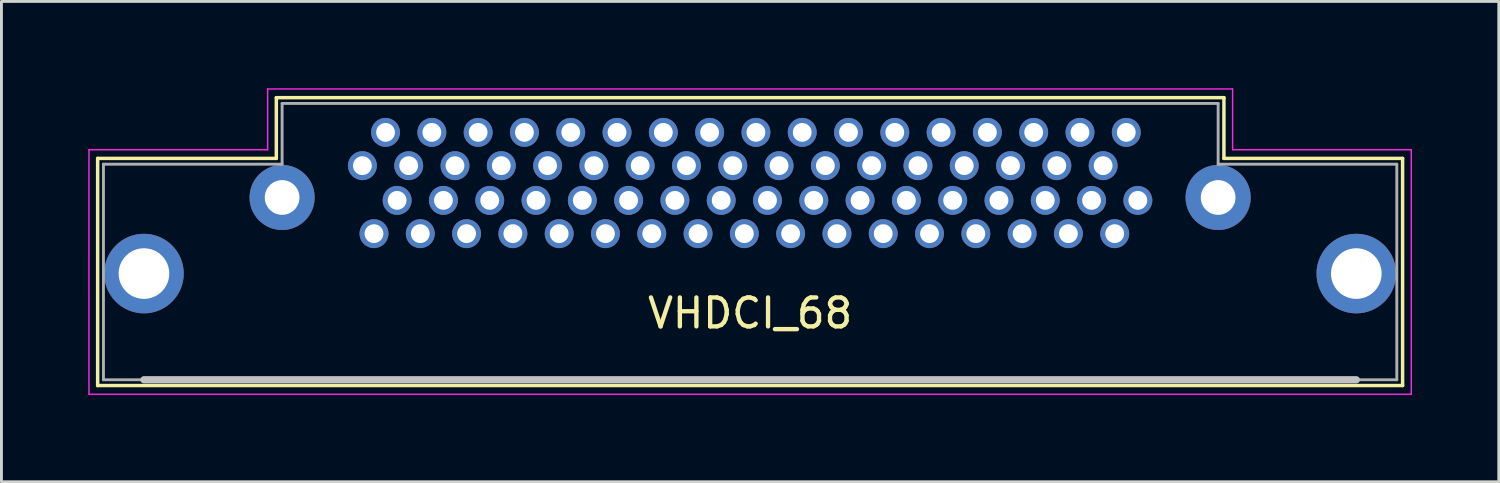
<source format=kicad_pcb>
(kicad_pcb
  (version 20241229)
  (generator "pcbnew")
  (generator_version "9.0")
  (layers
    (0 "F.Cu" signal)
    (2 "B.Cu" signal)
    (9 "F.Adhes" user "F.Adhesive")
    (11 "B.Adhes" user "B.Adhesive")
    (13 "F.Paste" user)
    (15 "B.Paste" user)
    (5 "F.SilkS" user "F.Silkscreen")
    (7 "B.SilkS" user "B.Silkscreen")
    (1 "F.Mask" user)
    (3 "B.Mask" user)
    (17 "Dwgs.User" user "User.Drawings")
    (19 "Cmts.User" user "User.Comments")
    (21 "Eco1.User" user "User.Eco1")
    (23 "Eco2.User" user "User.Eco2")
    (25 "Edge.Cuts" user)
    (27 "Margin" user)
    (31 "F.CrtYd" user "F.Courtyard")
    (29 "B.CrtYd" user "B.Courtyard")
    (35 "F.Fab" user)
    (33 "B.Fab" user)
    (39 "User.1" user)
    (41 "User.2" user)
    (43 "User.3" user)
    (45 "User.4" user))
  (footprint "VHDCI_68"
    (layer "F.Cu")
    (at 6.7 10.075)
    (property "Reference" "VHDCI_68" (at 16.175 -2.3 0) (layer "F.SilkS") (effects (font (size 1 1) (thickness 0.15))))
    (attr through_hole)
    (fp_line (start -6.375 -7.65) (end -6.375 0.2) (stroke (width 0.12) (type solid)) (layer "F.SilkS"))
    (fp_line (start -6.375 0.2) (end 38.725 0.2) (stroke (width 0.12) (type solid)) (layer "F.SilkS"))
    (fp_line (start -0.2 -9.75) (end -0.2 -7.65) (stroke (width 0.12) (type solid)) (layer "F.SilkS"))
    (fp_line (start -0.2 -7.65) (end -6.375 -7.65) (stroke (width 0.12) (type solid)) (layer "F.SilkS"))
    (fp_line (start 32.55 -9.75) (end -0.2 -9.75) (stroke (width 0.12) (type solid)) (layer "F.SilkS"))
    (fp_line (start 32.55 -7.65) (end 32.55 -9.75) (stroke (width 0.12) (type solid)) (layer "F.SilkS"))
    (fp_line (start 38.725 -7.65) (end 32.55 -7.65) (stroke (width 0.12) (type solid)) (layer "F.SilkS"))
    (fp_line (start 38.725 0.2) (end 38.725 -7.65) (stroke (width 0.12) (type solid)) (layer "F.SilkS"))
    (fp_line (start -4.775 0) (end 37.125 0) (stroke (width 0.25) (type solid)) (layer "Dwgs.User"))
    (fp_line (start -6.675 -7.95) (end -6.675 0.5) (stroke (width 0.05) (type solid)) (layer "F.CrtYd"))
    (fp_line (start -6.675 0.5) (end 39.025 0.5) (stroke (width 0.05) (type solid)) (layer "F.CrtYd"))
    (fp_line (start -0.5 -10.05) (end -0.5 -7.95) (stroke (width 0.05) (type solid)) (layer "F.CrtYd"))
    (fp_line (start -0.5 -7.95) (end -6.675 -7.95) (stroke (width 0.05) (type solid)) (layer "F.CrtYd"))
    (fp_line (start 32.85 -10.05) (end -0.5 -10.05) (stroke (width 0.05) (type solid)) (layer "F.CrtYd"))
    (fp_line (start 32.85 -7.95) (end 32.85 -10.05) (stroke (width 0.05) (type solid)) (layer "F.CrtYd"))
    (fp_line (start 39.025 -7.95) (end 32.85 -7.95) (stroke (width 0.05) (type solid)) (layer "F.CrtYd"))
    (fp_line (start 39.025 0.5) (end 39.025 -7.95) (stroke (width 0.05) (type solid)) (layer "F.CrtYd"))
    (fp_line (start -6.175 -7.45) (end -6.175 0) (stroke (width 0.1) (type solid)) (layer "F.Fab"))
    (fp_line (start -6.175 0) (end 38.525 0) (stroke (width 0.1) (type solid)) (layer "F.Fab"))
    (fp_line (start 0 -9.55) (end 0 -7.45) (stroke (width 0.1) (type solid)) (layer "F.Fab"))
    (fp_line (start 0 -7.45) (end -6.175 -7.45) (stroke (width 0.1) (type solid)) (layer "F.Fab"))
    (fp_line (start 32.35 -9.55) (end 0 -9.55) (stroke (width 0.1) (type solid)) (layer "F.Fab"))
    (fp_line (start 32.35 -7.45) (end 32.35 -9.55) (stroke (width 0.1) (type solid)) (layer "F.Fab"))
    (fp_line (start 38.525 -7.45) (end 32.35 -7.45) (stroke (width 0.1) (type solid)) (layer "F.Fab"))
    (fp_line (start 38.525 0) (end 38.525 -7.45) (stroke (width 0.1) (type solid)) (layer "F.Fab"))
    (pad "0" thru_hole circle (at -4.775 -3.67) (size 2.75 2.75) (drill 1.75) (layers "*.Cu" "*.Mask"))
    (pad "0" thru_hole circle (at 0 -6.3) (size 2.25 2.25) (drill 1.2) (layers "*.Cu" "*.Mask"))
    (pad "0" thru_hole circle (at 32.35 -6.3) (size 2.25 2.25) (drill 1.2) (layers "*.Cu" "*.Mask"))
    (pad "0" thru_hole circle (at 37.125 -3.67) (size 2.75 2.75) (drill 1.75) (layers "*.Cu" "*.Mask"))
    (pad "1" thru_hole circle (at 29.175 -8.55) (size 1 1) (drill 0.65) (layers "*.Cu" "*.Mask"))
    (pad "2" thru_hole circle (at 28.375 -7.4) (size 1 1) (drill 0.65) (layers "*.Cu" "*.Mask"))
    (pad "3" thru_hole circle (at 27.575 -8.55) (size 1 1) (drill 0.65) (layers "*.Cu" "*.Mask"))
    (pad "4" thru_hole circle (at 26.775 -7.4) (size 1 1) (drill 0.65) (layers "*.Cu" "*.Mask"))
    (pad "5" thru_hole circle (at 25.975 -8.55) (size 1 1) (drill 0.65) (layers "*.Cu" "*.Mask"))
    (pad "6" thru_hole circle (at 25.175 -7.4) (size 1 1) (drill 0.65) (layers "*.Cu" "*.Mask"))
    (pad "7" thru_hole circle (at 24.375 -8.55) (size 1 1) (drill 0.65) (layers "*.Cu" "*.Mask"))
    (pad "8" thru_hole circle (at 23.575 -7.4) (size 1 1) (drill 0.65) (layers "*.Cu" "*.Mask"))
    (pad "9" thru_hole circle (at 22.775 -8.55) (size 1 1) (drill 0.65) (layers "*.Cu" "*.Mask"))
    (pad "10" thru_hole circle (at 21.975 -7.4) (size 1 1) (drill 0.65) (layers "*.Cu" "*.Mask"))
    (pad "11" thru_hole circle (at 21.175 -8.55) (size 1 1) (drill 0.65) (layers "*.Cu" "*.Mask"))
    (pad "12" thru_hole circle (at 20.375 -7.4) (size 1 1) (drill 0.65) (layers "*.Cu" "*.Mask"))
    (pad "13" thru_hole circle (at 19.575 -8.55) (size 1 1) (drill 0.65) (layers "*.Cu" "*.Mask"))
    (pad "14" thru_hole circle (at 18.775 -7.4) (size 1 1) (drill 0.65) (layers "*.Cu" "*.Mask"))
    (pad "15" thru_hole circle (at 17.975 -8.55) (size 1 1) (drill 0.65) (layers "*.Cu" "*.Mask"))
    (pad "16" thru_hole circle (at 17.175 -7.4) (size 1 1) (drill 0.65) (layers "*.Cu" "*.Mask"))
    (pad "17" thru_hole circle (at 16.375 -8.55) (size 1 1) (drill 0.65) (layers "*.Cu" "*.Mask"))
    (pad "18" thru_hole circle (at 15.575 -7.4) (size 1 1) (drill 0.65) (layers "*.Cu" "*.Mask"))
    (pad "19" thru_hole circle (at 14.775 -8.55) (size 1 1) (drill 0.65) (layers "*.Cu" "*.Mask"))
    (pad "20" thru_hole circle (at 13.975 -7.4) (size 1 1) (drill 0.65) (layers "*.Cu" "*.Mask"))
    (pad "21" thru_hole circle (at 13.175 -8.55) (size 1 1) (drill 0.65) (layers "*.Cu" "*.Mask"))
    (pad "22" thru_hole circle (at 12.375 -7.4) (size 1 1) (drill 0.65) (layers "*.Cu" "*.Mask"))
    (pad "23" thru_hole circle (at 11.575 -8.55) (size 1 1) (drill 0.65) (layers "*.Cu" "*.Mask"))
    (pad "24" thru_hole circle (at 10.775 -7.4) (size 1 1) (drill 0.65) (layers "*.Cu" "*.Mask"))
    (pad "25" thru_hole circle (at 9.975 -8.55) (size 1 1) (drill 0.65) (layers "*.Cu" "*.Mask"))
    (pad "26" thru_hole circle (at 9.175 -7.4) (size 1 1) (drill 0.65) (layers "*.Cu" "*.Mask"))
    (pad "27" thru_hole circle (at 8.375 -8.55) (size 1 1) (drill 0.65) (layers "*.Cu" "*.Mask"))
    (pad "28" thru_hole circle (at 7.575 -7.4) (size 1 1) (drill 0.65) (layers "*.Cu" "*.Mask"))
    (pad "29" thru_hole circle (at 6.775 -8.55) (size 1 1) (drill 0.65) (layers "*.Cu" "*.Mask"))
    (pad "30" thru_hole circle (at 5.975 -7.4) (size 1 1) (drill 0.65) (layers "*.Cu" "*.Mask"))
    (pad "31" thru_hole circle (at 5.175 -8.55) (size 1 1) (drill 0.65) (layers "*.Cu" "*.Mask"))
    (pad "32" thru_hole circle (at 4.375 -7.4) (size 1 1) (drill 0.65) (layers "*.Cu" "*.Mask"))
    (pad "33" thru_hole circle (at 3.575 -8.55) (size 1 1) (drill 0.65) (layers "*.Cu" "*.Mask"))
    (pad "34" thru_hole circle (at 2.775 -7.4) (size 1 1) (drill 0.65) (layers "*.Cu" "*.Mask"))
    (pad "35" thru_hole circle (at 29.575 -6.2) (size 1 1) (drill 0.65) (layers "*.Cu" "*.Mask"))
    (pad "36" thru_hole circle (at 28.775 -5.05) (size 1 1) (drill 0.65) (layers "*.Cu" "*.Mask"))
    (pad "37" thru_hole circle (at 27.975 -6.2) (size 1 1) (drill 0.65) (layers "*.Cu" "*.Mask"))
    (pad "38" thru_hole circle (at 27.175 -5.05) (size 1 1) (drill 0.65) (layers "*.Cu" "*.Mask"))
    (pad "39" thru_hole circle (at 26.375 -6.2) (size 1 1) (drill 0.65) (layers "*.Cu" "*.Mask"))
    (pad "40" thru_hole circle (at 25.575 -5.05) (size 1 1) (drill 0.65) (layers "*.Cu" "*.Mask"))
    (pad "41" thru_hole circle (at 24.775 -6.2) (size 1 1) (drill 0.65) (layers "*.Cu" "*.Mask"))
    (pad "42" thru_hole circle (at 23.975 -5.05) (size 1 1) (drill 0.65) (layers "*.Cu" "*.Mask"))
    (pad "43" thru_hole circle (at 23.175 -6.2) (size 1 1) (drill 0.65) (layers "*.Cu" "*.Mask"))
    (pad "44" thru_hole circle (at 22.375 -5.05) (size 1 1) (drill 0.65) (layers "*.Cu" "*.Mask"))
    (pad "45" thru_hole circle (at 21.575 -6.2) (size 1 1) (drill 0.65) (layers "*.Cu" "*.Mask"))
    (pad "46" thru_hole circle (at 20.775 -5.05) (size 1 1) (drill 0.65) (layers "*.Cu" "*.Mask"))
    (pad "47" thru_hole circle (at 19.975 -6.2) (size 1 1) (drill 0.65) (layers "*.Cu" "*.Mask"))
    (pad "48" thru_hole circle (at 19.175 -5.05) (size 1 1) (drill 0.65) (layers "*.Cu" "*.Mask"))
    (pad "49" thru_hole circle (at 18.375 -6.2) (size 1 1) (drill 0.65) (layers "*.Cu" "*.Mask"))
    (pad "50" thru_hole circle (at 17.575 -5.05) (size 1 1) (drill 0.65) (layers "*.Cu" "*.Mask"))
    (pad "51" thru_hole circle (at 16.775 -6.2) (size 1 1) (drill 0.65) (layers "*.Cu" "*.Mask"))
    (pad "52" thru_hole circle (at 15.975 -5.05) (size 1 1) (drill 0.65) (layers "*.Cu" "*.Mask"))
    (pad "53" thru_hole circle (at 15.175 -6.2) (size 1 1) (drill 0.65) (layers "*.Cu" "*.Mask"))
    (pad "54" thru_hole circle (at 14.375 -5.05) (size 1 1) (drill 0.65) (layers "*.Cu" "*.Mask"))
    (pad "55" thru_hole circle (at 13.575 -6.2) (size 1 1) (drill 0.65) (layers "*.Cu" "*.Mask"))
    (pad "56" thru_hole circle (at 12.775 -5.05) (size 1 1) (drill 0.65) (layers "*.Cu" "*.Mask"))
    (pad "57" thru_hole circle (at 11.975 -6.2) (size 1 1) (drill 0.65) (layers "*.Cu" "*.Mask"))
    (pad "58" thru_hole circle (at 11.175 -5.05) (size 1 1) (drill 0.65) (layers "*.Cu" "*.Mask"))
    (pad "59" thru_hole circle (at 10.375 -6.2) (size 1 1) (drill 0.65) (layers "*.Cu" "*.Mask"))
    (pad "60" thru_hole circle (at 9.575 -5.05) (size 1 1) (drill 0.65) (layers "*.Cu" "*.Mask"))
    (pad "61" thru_hole circle (at 8.775 -6.2) (size 1 1) (drill 0.65) (layers "*.Cu" "*.Mask"))
    (pad "62" thru_hole circle (at 7.975 -5.05) (size 1 1) (drill 0.65) (layers "*.Cu" "*.Mask"))
    (pad "63" thru_hole circle (at 7.175 -6.2) (size 1 1) (drill 0.65) (layers "*.Cu" "*.Mask"))
    (pad "64" thru_hole circle (at 6.375 -5.05) (size 1 1) (drill 0.65) (layers "*.Cu" "*.Mask"))
    (pad "65" thru_hole circle (at 5.575 -6.2) (size 1 1) (drill 0.65) (layers "*.Cu" "*.Mask"))
    (pad "66" thru_hole circle (at 4.775 -5.05) (size 1 1) (drill 0.65) (layers "*.Cu" "*.Mask"))
    (pad "67" thru_hole circle (at 3.975 -6.2) (size 1 1) (drill 0.65) (layers "*.Cu" "*.Mask"))
    (pad "68" thru_hole circle (at 3.175 -5.05) (size 1 1) (drill 0.65) (layers "*.Cu" "*.Mask")))
  (gr_rect
    (start -3 -3)
    (end 48.75 13.6)
    (stroke (width 0.1) (type default))
    (fill no)
    (layer "Edge.Cuts")))
</source>
